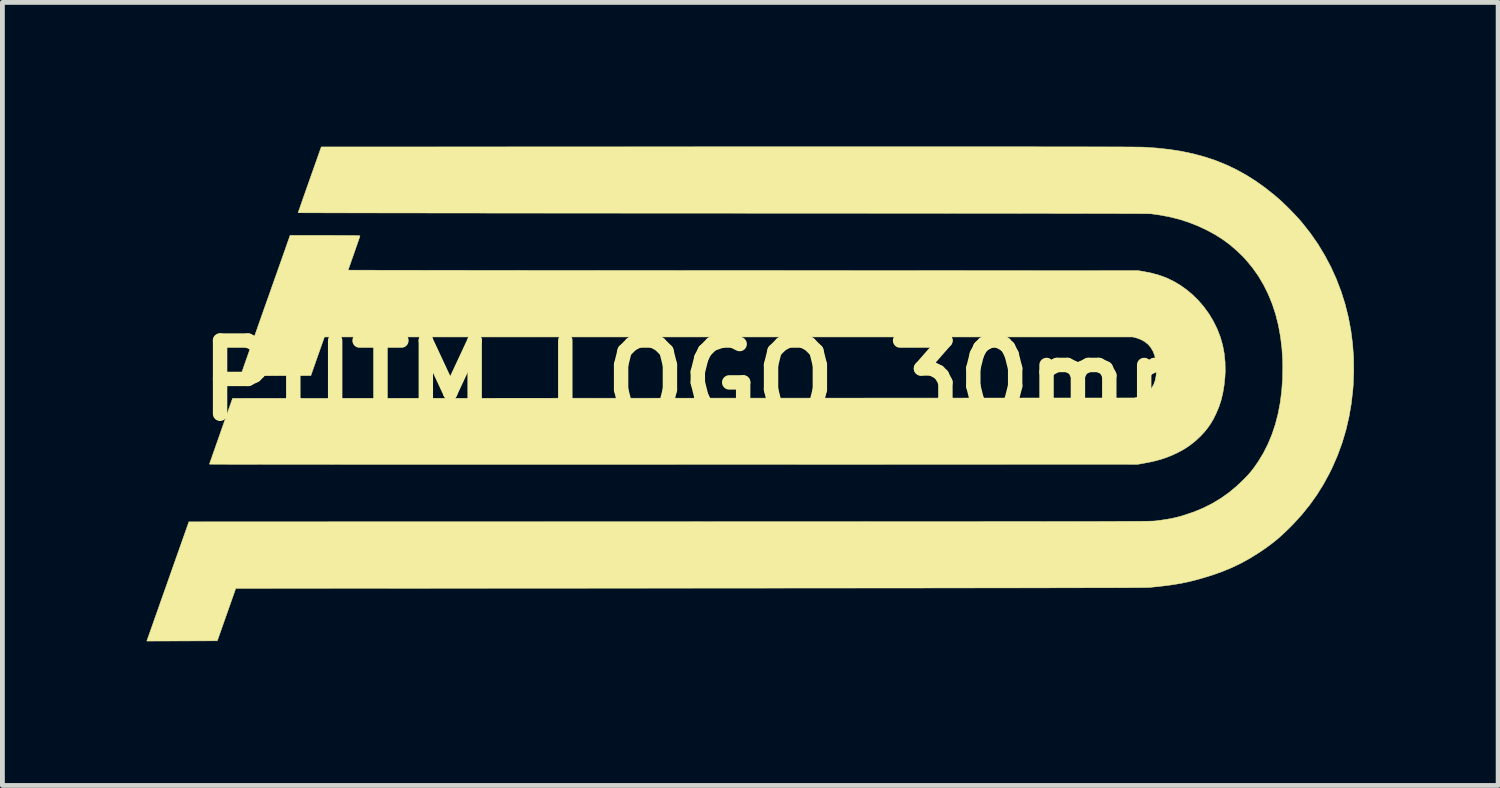
<source format=kicad_pcb>
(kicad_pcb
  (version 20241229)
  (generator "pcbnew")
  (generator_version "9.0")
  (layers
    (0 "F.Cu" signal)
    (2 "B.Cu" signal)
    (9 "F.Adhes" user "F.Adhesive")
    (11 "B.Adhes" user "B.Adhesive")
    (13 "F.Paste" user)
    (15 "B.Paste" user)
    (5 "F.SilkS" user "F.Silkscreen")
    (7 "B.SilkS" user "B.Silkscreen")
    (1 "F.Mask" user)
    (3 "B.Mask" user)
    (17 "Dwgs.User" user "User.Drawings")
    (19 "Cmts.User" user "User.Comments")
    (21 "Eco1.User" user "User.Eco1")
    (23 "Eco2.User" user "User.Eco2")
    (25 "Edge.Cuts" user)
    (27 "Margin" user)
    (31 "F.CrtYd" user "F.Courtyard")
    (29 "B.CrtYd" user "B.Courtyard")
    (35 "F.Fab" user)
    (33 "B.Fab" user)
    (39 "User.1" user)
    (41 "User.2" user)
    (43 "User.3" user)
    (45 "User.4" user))
  (footprint "PUTM_LOGO_30mm"
    (layer "F.Cu")
    (at 11.799 4.872)
    (property "Reference" "PUTM_LOGO_30mm" (at 0 0 0) (layer "F.SilkS") (effects (font (size 1.524 1.524) (thickness 0.3))))
    (attr through_hole)
    (fp_poly (pts (xy -7.947 -3.023) (xy -7.826 -3.022) (xy -7.721 -3.022) (xy -7.63 -3.021) (xy -7.553 -3.021) (xy -7.491 -3.02) (xy -7.441 -3.019) (xy -7.403 -3.018) (xy -7.377 -3.016) (xy -7.362 -3.015) (xy -7.358 -3.013) (xy -7.36 -3.003) (xy -7.368 -2.979) (xy -7.38 -2.943) (xy -7.397 -2.895) (xy -7.416 -2.838) (xy -7.439 -2.774) (xy -7.463 -2.704) (xy -7.48 -2.655) (xy -7.506 -2.582) (xy -7.53 -2.514) (xy -7.551 -2.452) (xy -7.57 -2.399) (xy -7.585 -2.356) (xy -7.596 -2.324) (xy -7.602 -2.305) (xy -7.603 -2.301) (xy -7.595 -2.301) (xy -7.57 -2.3) (xy -7.529 -2.3) (xy -7.471 -2.3) (xy -7.399 -2.299) (xy -7.311 -2.299) (xy -7.209 -2.299) (xy -7.092 -2.299) (xy -6.961 -2.298) (xy -6.817 -2.298) (xy -6.659 -2.298) (xy -6.489 -2.297) (xy -6.305 -2.297) (xy -6.11 -2.297) (xy -5.903 -2.296) (xy -5.684 -2.296) (xy -5.454 -2.296) (xy -5.213 -2.296) (xy -4.962 -2.295) (xy -4.701 -2.295) (xy -4.431 -2.295) (xy -4.151 -2.295) (xy -3.862 -2.294) (xy -3.564 -2.294) (xy -3.259 -2.294) (xy -2.945 -2.294) (xy -2.624 -2.294) (xy -2.296 -2.293) (xy -1.961 -2.293) (xy -1.62 -2.293) (xy -1.273 -2.293) (xy -0.92 -2.293) (xy -0.561 -2.292) (xy -0.198 -2.292) (xy 0.17 -2.292) (xy 0.541 -2.292) (xy 0.62 -2.292) (xy 8.843 -2.289) (xy 8.951 -2.271) (xy 9.124 -2.236) (xy 9.285 -2.191) (xy 9.436 -2.135) (xy 9.578 -2.066) (xy 9.715 -1.985) (xy 9.848 -1.89) (xy 9.957 -1.799) (xy 10.085 -1.675) (xy 10.203 -1.538) (xy 10.309 -1.392) (xy 10.402 -1.238) (xy 10.482 -1.076) (xy 10.546 -0.91) (xy 10.595 -0.741) (xy 10.628 -0.566) (xy 10.646 -0.386) (xy 10.65 -0.201) (xy 10.643 -0.07) (xy 10.625 0.103) (xy 10.598 0.263) (xy 10.562 0.412) (xy 10.515 0.553) (xy 10.458 0.687) (xy 10.455 0.693) (xy 10.403 0.798) (xy 10.349 0.89) (xy 10.292 0.973) (xy 10.229 1.053) (xy 10.157 1.132) (xy 10.148 1.142) (xy 10.035 1.249) (xy 9.917 1.343) (xy 9.79 1.427) (xy 9.649 1.503) (xy 9.648 1.503) (xy 9.54 1.553) (xy 9.433 1.596) (xy 9.321 1.634) (xy 9.203 1.667) (xy 9.074 1.696) (xy 8.941 1.721) (xy 8.835 1.74) (xy -0.828 1.742) (xy -1.232 1.742) (xy -1.632 1.742) (xy -2.028 1.742) (xy -2.419 1.742) (xy -2.804 1.742) (xy -3.185 1.742) (xy -3.56 1.742) (xy -3.928 1.742) (xy -4.29 1.742) (xy -4.645 1.742) (xy -4.994 1.742) (xy -5.334 1.742) (xy -5.667 1.742) (xy -5.992 1.742) (xy -6.308 1.742) (xy -6.616 1.742) (xy -6.914 1.742) (xy -7.203 1.742) (xy -7.482 1.742) (xy -7.751 1.742) (xy -8.01 1.741) (xy -8.258 1.741) (xy -8.494 1.741) (xy -8.719 1.741) (xy -8.932 1.741) (xy -9.134 1.741) (xy -9.322 1.741) (xy -9.498 1.74) (xy -9.661 1.74) (xy -9.81 1.74) (xy -9.945 1.74) (xy -10.066 1.74) (xy -10.173 1.739) (xy -10.265 1.739) (xy -10.341 1.739) (xy -10.403 1.739) (xy -10.448 1.738) (xy -10.477 1.738) (xy -10.49 1.738) (xy -10.49 1.738) (xy -10.487 1.729) (xy -10.479 1.705) (xy -10.467 1.668) (xy -10.449 1.619) (xy -10.428 1.558) (xy -10.403 1.487) (xy -10.375 1.407) (xy -10.344 1.319) (xy -10.311 1.225) (xy -10.276 1.125) (xy -10.25 1.05) (xy -10.009 0.368) (xy -0.625 0.364) (xy 8.759 0.36) (xy 8.822 0.342) (xy 8.915 0.309) (xy 8.995 0.267) (xy 9.063 0.215) (xy 9.117 0.154) (xy 9.16 0.081) (xy 9.191 -0.002) (xy 9.21 -0.097) (xy 9.219 -0.205) (xy 9.218 -0.296) (xy 9.206 -0.412) (xy 9.183 -0.517) (xy 9.148 -0.609) (xy 9.101 -0.689) (xy 9.042 -0.758) (xy 8.97 -0.814) (xy 8.887 -0.859) (xy 8.797 -0.891) (xy 8.725 -0.91) (xy -8.097 -0.91) (xy -8.239 -0.508) (xy -8.38 -0.106) (xy -9.109 -0.104) (xy -9.242 -0.103) (xy -9.363 -0.103) (xy -9.471 -0.103) (xy -9.567 -0.104) (xy -9.649 -0.104) (xy -9.717 -0.105) (xy -9.771 -0.106) (xy -9.809 -0.107) (xy -9.832 -0.108) (xy -9.838 -0.11) (xy -9.835 -0.118) (xy -9.827 -0.142) (xy -9.814 -0.18) (xy -9.796 -0.232) (xy -9.774 -0.296) (xy -9.747 -0.373) (xy -9.716 -0.46) (xy -9.682 -0.558) (xy -9.644 -0.666) (xy -9.603 -0.782) (xy -9.56 -0.905) (xy -9.513 -1.036) (xy -9.465 -1.174) (xy -9.415 -1.316) (xy -9.363 -1.464) (xy -9.338 -1.534) (xy -9.285 -1.684) (xy -9.233 -1.83) (xy -9.184 -1.97) (xy -9.136 -2.106) (xy -9.09 -2.234) (xy -9.047 -2.356) (xy -9.007 -2.469) (xy -8.97 -2.574) (xy -8.937 -2.668) (xy -8.907 -2.752) (xy -8.882 -2.825) (xy -8.861 -2.885) (xy -8.844 -2.932) (xy -8.832 -2.965) (xy -8.826 -2.983) (xy -8.825 -2.987) (xy -8.812 -3.023) (xy -8.085 -3.023) (xy -7.947 -3.023)) (stroke (width 0.01) (type solid)) (fill yes) (layer "F.SilkS"))
    (fp_poly (pts (xy 4.214 -4.867) (xy 4.57 -4.867) (xy 4.911 -4.867) (xy 5.237 -4.867) (xy 5.548 -4.867) (xy 5.844 -4.867) (xy 6.125 -4.867) (xy 6.392 -4.867) (xy 6.645 -4.867) (xy 6.884 -4.866) (xy 7.108 -4.866) (xy 7.319 -4.866) (xy 7.516 -4.866) (xy 7.7 -4.866) (xy 7.87 -4.865) (xy 8.027 -4.865) (xy 8.172 -4.865) (xy 8.303 -4.864) (xy 8.422 -4.864) (xy 8.528 -4.864) (xy 8.622 -4.863) (xy 8.704 -4.863) (xy 8.774 -4.862) (xy 8.832 -4.862) (xy 8.878 -4.861) (xy 8.913 -4.861) (xy 8.937 -4.86) (xy 8.945 -4.86) (xy 9.224 -4.841) (xy 9.489 -4.812) (xy 9.744 -4.772) (xy 9.988 -4.72) (xy 10.222 -4.657) (xy 10.448 -4.582) (xy 10.666 -4.494) (xy 10.877 -4.394) (xy 11.083 -4.28) (xy 11.285 -4.153) (xy 11.482 -4.012) (xy 11.678 -3.856) (xy 11.79 -3.759) (xy 11.845 -3.708) (xy 11.908 -3.648) (xy 11.976 -3.581) (xy 12.044 -3.511) (xy 12.111 -3.441) (xy 12.173 -3.374) (xy 12.226 -3.314) (xy 12.25 -3.285) (xy 12.422 -3.067) (xy 12.58 -2.84) (xy 12.722 -2.604) (xy 12.85 -2.362) (xy 12.963 -2.112) (xy 13.061 -1.855) (xy 13.144 -1.592) (xy 13.211 -1.324) (xy 13.263 -1.05) (xy 13.299 -0.771) (xy 13.32 -0.488) (xy 13.324 -0.201) (xy 13.313 0.089) (xy 13.305 0.192) (xy 13.272 0.479) (xy 13.224 0.758) (xy 13.16 1.032) (xy 13.08 1.299) (xy 12.985 1.559) (xy 12.874 1.813) (xy 12.818 1.926) (xy 12.692 2.158) (xy 12.555 2.378) (xy 12.405 2.588) (xy 12.242 2.79) (xy 12.064 2.985) (xy 11.992 3.058) (xy 11.89 3.156) (xy 11.795 3.244) (xy 11.702 3.324) (xy 11.607 3.399) (xy 11.506 3.473) (xy 11.396 3.549) (xy 11.367 3.569) (xy 11.172 3.691) (xy 10.979 3.798) (xy 10.782 3.892) (xy 10.578 3.976) (xy 10.406 4.037) (xy 10.267 4.081) (xy 10.135 4.12) (xy 10.009 4.155) (xy 9.885 4.185) (xy 9.761 4.211) (xy 9.633 4.234) (xy 9.499 4.255) (xy 9.355 4.273) (xy 9.2 4.29) (xy 9.072 4.303) (xy 9.062 4.303) (xy 9.045 4.304) (xy 9.021 4.304) (xy 8.988 4.305) (xy 8.947 4.305) (xy 8.898 4.306) (xy 8.841 4.306) (xy 8.774 4.307) (xy 8.699 4.307) (xy 8.614 4.308) (xy 8.52 4.308) (xy 8.416 4.308) (xy 8.302 4.309) (xy 8.178 4.309) (xy 8.043 4.31) (xy 7.898 4.31) (xy 7.742 4.31) (xy 7.575 4.311) (xy 7.396 4.311) (xy 7.206 4.311) (xy 7.004 4.312) (xy 6.79 4.312) (xy 6.564 4.312) (xy 6.325 4.313) (xy 6.074 4.313) (xy 5.81 4.313) (xy 5.532 4.313) (xy 5.241 4.314) (xy 4.936 4.314) (xy 4.618 4.314) (xy 4.285 4.315) (xy 3.938 4.315) (xy 3.577 4.315) (xy 3.2 4.315) (xy 2.809 4.316) (xy 2.402 4.316) (xy 1.98 4.316) (xy 1.542 4.316) (xy 1.088 4.317) (xy 0.618 4.317) (xy 0.132 4.317) (xy -0.371 4.317) (xy -0.49 4.318) (xy -9.942 4.322) (xy -10.327 5.414) (xy -11.061 5.417) (xy -11.794 5.419) (xy -11.762 5.328) (xy -11.755 5.309) (xy -11.743 5.275) (xy -11.726 5.228) (xy -11.705 5.167) (xy -11.679 5.094) (xy -11.65 5.011) (xy -11.617 4.917) (xy -11.58 4.814) (xy -11.541 4.703) (xy -11.5 4.585) (xy -11.456 4.461) (xy -11.41 4.332) (xy -11.363 4.199) (xy -11.324 4.087) (xy -10.918 2.938) (xy -0.927 2.936) (xy -0.431 2.936) (xy 0.049 2.935) (xy 0.512 2.935) (xy 0.96 2.935) (xy 1.391 2.935) (xy 1.807 2.935) (xy 2.208 2.935) (xy 2.594 2.935) (xy 2.965 2.935) (xy 3.322 2.934) (xy 3.665 2.934) (xy 3.994 2.934) (xy 4.31 2.934) (xy 4.612 2.934) (xy 4.902 2.934) (xy 5.179 2.934) (xy 5.443 2.934) (xy 5.696 2.933) (xy 5.937 2.933) (xy 6.166 2.933) (xy 6.384 2.933) (xy 6.591 2.933) (xy 6.787 2.933) (xy 6.974 2.932) (xy 7.15 2.932) (xy 7.316 2.932) (xy 7.473 2.932) (xy 7.621 2.931) (xy 7.76 2.931) (xy 7.89 2.931) (xy 8.012 2.931) (xy 8.126 2.93) (xy 8.232 2.93) (xy 8.33 2.93) (xy 8.422 2.929) (xy 8.507 2.929) (xy 8.585 2.929) (xy 8.656 2.928) (xy 8.722 2.928) (xy 8.782 2.928) (xy 8.836 2.927) (xy 8.886 2.927) (xy 8.93 2.926) (xy 8.97 2.926) (xy 9.005 2.925) (xy 9.037 2.925) (xy 9.065 2.924) (xy 9.089 2.924) (xy 9.11 2.923) (xy 9.129 2.923) (xy 9.144 2.922) (xy 9.158 2.921) (xy 9.169 2.921) (xy 9.179 2.92) (xy 9.187 2.919) (xy 9.194 2.919) (xy 9.195 2.919) (xy 9.326 2.902) (xy 9.445 2.884) (xy 9.555 2.863) (xy 9.66 2.838) (xy 9.764 2.81) (xy 9.779 2.805) (xy 9.991 2.734) (xy 10.19 2.652) (xy 10.379 2.557) (xy 10.557 2.45) (xy 10.726 2.33) (xy 10.887 2.196) (xy 11.003 2.087) (xy 11.068 2.022) (xy 11.123 1.964) (xy 11.171 1.909) (xy 11.215 1.855) (xy 11.258 1.797) (xy 11.304 1.731) (xy 11.336 1.685) (xy 11.444 1.507) (xy 11.539 1.319) (xy 11.622 1.12) (xy 11.692 0.91) (xy 11.749 0.691) (xy 11.793 0.461) (xy 11.824 0.222) (xy 11.842 -0.026) (xy 11.847 -0.283) (xy 11.844 -0.436) (xy 11.828 -0.685) (xy 11.798 -0.925) (xy 11.755 -1.157) (xy 11.699 -1.379) (xy 11.629 -1.593) (xy 11.546 -1.797) (xy 11.45 -1.991) (xy 11.342 -2.174) (xy 11.22 -2.347) (xy 11.086 -2.509) (xy 11.02 -2.581) (xy 10.883 -2.713) (xy 10.742 -2.833) (xy 10.594 -2.942) (xy 10.435 -3.042) (xy 10.263 -3.135) (xy 10.232 -3.15) (xy 10.058 -3.23) (xy 9.882 -3.298) (xy 9.703 -3.356) (xy 9.517 -3.403) (xy 9.321 -3.442) (xy 9.113 -3.472) (xy 9.106 -3.473) (xy 9.098 -3.473) (xy 9.082 -3.474) (xy 9.059 -3.474) (xy 9.029 -3.475) (xy 8.99 -3.475) (xy 8.944 -3.476) (xy 8.889 -3.476) (xy 8.825 -3.477) (xy 8.753 -3.477) (xy 8.671 -3.478) (xy 8.581 -3.478) (xy 8.48 -3.478) (xy 8.37 -3.479) (xy 8.249 -3.479) (xy 8.119 -3.48) (xy 7.977 -3.48) (xy 7.825 -3.48) (xy 7.662 -3.481) (xy 7.488 -3.481) (xy 7.302 -3.481) (xy 7.104 -3.481) (xy 6.894 -3.482) (xy 6.672 -3.482) (xy 6.437 -3.482) (xy 6.19 -3.483) (xy 5.93 -3.483) (xy 5.656 -3.483) (xy 5.369 -3.483) (xy 5.068 -3.483) (xy 4.753 -3.484) (xy 4.425 -3.484) (xy 4.081 -3.484) (xy 3.723 -3.484) (xy 3.35 -3.484) (xy 2.962 -3.485) (xy 2.558 -3.485) (xy 2.139 -3.485) (xy 1.704 -3.485) (xy 1.252 -3.485) (xy 0.785 -3.485) (xy 0.3 -3.486) (xy 0.188 -3.486) (xy -0.198 -3.486) (xy -0.58 -3.486) (xy -0.958 -3.486) (xy -1.331 -3.486) (xy -1.699 -3.486) (xy -2.061 -3.487) (xy -2.418 -3.487) (xy -2.768 -3.487) (xy -3.112 -3.487) (xy -3.448 -3.487) (xy -3.778 -3.488) (xy -4.1 -3.488) (xy -4.414 -3.488) (xy -4.719 -3.488) (xy -5.016 -3.489) (xy -5.304 -3.489) (xy -5.582 -3.489) (xy -5.851 -3.489) (xy -6.11 -3.49) (xy -6.358 -3.49) (xy -6.596 -3.49) (xy -6.822 -3.49) (xy -7.037 -3.491) (xy -7.24 -3.491) (xy -7.431 -3.491) (xy -7.609 -3.491) (xy -7.774 -3.492) (xy -7.926 -3.492) (xy -8.065 -3.492) (xy -8.19 -3.493) (xy -8.3 -3.493) (xy -8.396 -3.493) (xy -8.476 -3.493) (xy -8.542 -3.494) (xy -8.591 -3.494) (xy -8.625 -3.494) (xy -8.642 -3.495) (xy -8.644 -3.495) (xy -8.642 -3.503) (xy -8.634 -3.527) (xy -8.621 -3.564) (xy -8.604 -3.614) (xy -8.582 -3.675) (xy -8.558 -3.746) (xy -8.53 -3.826) (xy -8.499 -3.913) (xy -8.466 -4.008) (xy -8.43 -4.108) (xy -8.404 -4.183) (xy -8.163 -4.864) (xy 0.293 -4.867) (xy 0.795 -4.867) (xy 1.279 -4.867) (xy 1.747 -4.867) (xy 2.198 -4.867) (xy 2.633 -4.867) (xy 3.052 -4.867) (xy 3.455 -4.867) (xy 3.843 -4.867) (xy 4.214 -4.867)) (stroke (width 0.01) (type solid)) (fill yes) (layer "F.SilkS")))
  (gr_rect
    (start -3 -3)
    (end 28.128 13.296)
    (stroke (width 0.1) (type default))
    (fill no)
    (layer "Edge.Cuts")))
</source>
